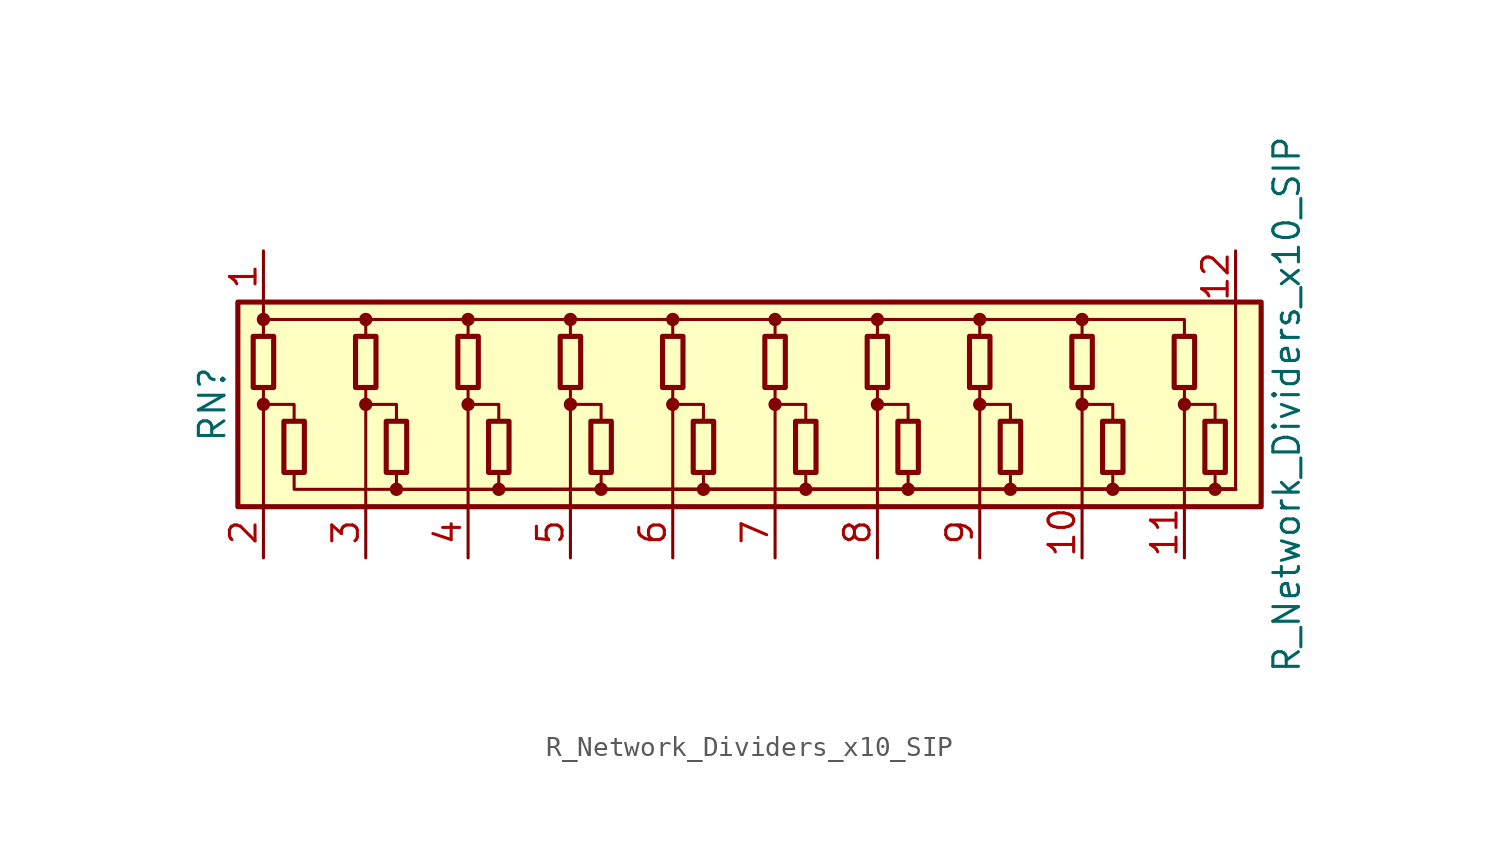
<source format=kicad_sym>
(kicad_symbol_lib
  (version 20241209)
  (generator "kicad_symbol_editor")
  (generator_version "9.0")
  (symbol "R_Network_Dividers_x10_SIP"
    (pin_names
      (offset 0)
      (hide yes))
    (property "Reference" "RN"
      (at -27.94 0 90)
      (effects (font (size 1.27 1.27))))
    (property "Value" "R_Network_Dividers_x10_SIP"
      (at 25.4 0 90)
      (effects (font (size 1.27 1.27))))
    (symbol "R_Network_Dividers_x10_SIP_0_1"
      (rectangle (start -26.67 -5.08) (end 24.13 5.08) (stroke (width 0.254) (type solid)) (fill (type background)))
      (rectangle (start -25.908 3.378) (end -24.892 0.838) (stroke (width 0.254) (type solid)) (fill (type none)))
      (polyline (pts (xy -25.4 5.08) (xy -25.4 3.378)) (stroke (width 0) (type solid)) (fill (type none)))
      (circle (center -25.4 4.216) (radius 0.254) (stroke (width 0) (type solid)) (fill (type outline)))
      (polyline (pts (xy -25.4 4.216) (xy -20.32 4.216) (xy -20.32 3.378)) (stroke (width 0) (type solid)) (fill (type none)))
      (circle (center -25.4 0) (radius 0.254) (stroke (width 0) (type solid)) (fill (type outline)))
      (polyline (pts (xy -25.4 0) (xy -23.876 0) (xy -23.876 -0.838)) (stroke (width 0) (type solid)) (fill (type none)))
      (polyline (pts (xy -25.4 -5.08) (xy -25.4 0.838)) (stroke (width 0) (type solid)) (fill (type none)))
      (rectangle (start -24.384 -3.378) (end -23.368 -0.838) (stroke (width 0.254) (type solid)) (fill (type none)))
      (polyline (pts (xy -23.876 -3.378) (xy -23.876 -4.216) (xy 22.86 -4.216)) (stroke (width 0) (type solid)) (fill (type none)))
      (rectangle (start -20.828 3.378) (end -19.812 0.838) (stroke (width 0.254) (type solid)) (fill (type none)))
      (circle (center -20.32 4.216) (radius 0.254) (stroke (width 0) (type solid)) (fill (type outline)))
      (polyline (pts (xy -20.32 4.216) (xy -15.24 4.216) (xy -15.24 3.378)) (stroke (width 0) (type solid)) (fill (type none)))
      (circle (center -20.32 0) (radius 0.254) (stroke (width 0) (type solid)) (fill (type outline)))
      (polyline (pts (xy -20.32 0) (xy -18.796 0) (xy -18.796 -0.838)) (stroke (width 0) (type solid)) (fill (type none)))
      (polyline (pts (xy -20.32 -5.08) (xy -20.32 0.838)) (stroke (width 0) (type solid)) (fill (type none)))
      (rectangle (start -19.304 -3.378) (end -18.288 -0.838) (stroke (width 0.254) (type solid)) (fill (type none)))
      (polyline (pts (xy -18.796 -3.378) (xy -18.796 -4.216) (xy 22.86 -4.216)) (stroke (width 0) (type solid)) (fill (type none)))
      (circle (center -18.796 -4.216) (radius 0.254) (stroke (width 0) (type solid)) (fill (type outline)))
      (rectangle (start -15.748 3.378) (end -14.732 0.838) (stroke (width 0.254) (type solid)) (fill (type none)))
      (circle (center -15.24 4.216) (radius 0.254) (stroke (width 0) (type solid)) (fill (type outline)))
      (polyline (pts (xy -15.24 4.216) (xy -10.16 4.216) (xy -10.16 3.378)) (stroke (width 0) (type solid)) (fill (type none)))
      (circle (center -15.24 0) (radius 0.254) (stroke (width 0) (type solid)) (fill (type outline)))
      (polyline (pts (xy -15.24 0) (xy -13.716 0) (xy -13.716 -0.838)) (stroke (width 0) (type solid)) (fill (type none)))
      (polyline (pts (xy -15.24 -5.08) (xy -15.24 0.838)) (stroke (width 0) (type solid)) (fill (type none)))
      (rectangle (start -14.224 -3.378) (end -13.208 -0.838) (stroke (width 0.254) (type solid)) (fill (type none)))
      (polyline (pts (xy -13.716 -3.378) (xy -13.716 -4.216) (xy 22.86 -4.216)) (stroke (width 0) (type solid)) (fill (type none)))
      (circle (center -13.716 -4.216) (radius 0.254) (stroke (width 0) (type solid)) (fill (type outline)))
      (rectangle (start -10.668 3.378) (end -9.652 0.838) (stroke (width 0.254) (type solid)) (fill (type none)))
      (circle (center -10.16 4.216) (radius 0.254) (stroke (width 0) (type solid)) (fill (type outline)))
      (polyline (pts (xy -10.16 4.216) (xy -5.08 4.216) (xy -5.08 3.378)) (stroke (width 0) (type solid)) (fill (type none)))
      (circle (center -10.16 0) (radius 0.254) (stroke (width 0) (type solid)) (fill (type outline)))
      (polyline (pts (xy -10.16 0) (xy -8.636 0) (xy -8.636 -0.838)) (stroke (width 0) (type solid)) (fill (type none)))
      (polyline (pts (xy -10.16 -5.08) (xy -10.16 0.838)) (stroke (width 0) (type solid)) (fill (type none)))
      (rectangle (start -9.144 -3.378) (end -8.128 -0.838) (stroke (width 0.254) (type solid)) (fill (type none)))
      (polyline (pts (xy -8.636 -3.378) (xy -8.636 -4.216) (xy 22.86 -4.216)) (stroke (width 0) (type solid)) (fill (type none)))
      (circle (center -8.636 -4.216) (radius 0.254) (stroke (width 0) (type solid)) (fill (type outline)))
      (rectangle (start -5.588 3.378) (end -4.572 0.838) (stroke (width 0.254) (type solid)) (fill (type none)))
      (circle (center -5.08 4.216) (radius 0.254) (stroke (width 0) (type solid)) (fill (type outline)))
      (polyline (pts (xy -5.08 4.216) (xy 0 4.216) (xy 0 3.378)) (stroke (width 0) (type solid)) (fill (type none)))
      (circle (center -5.08 0) (radius 0.254) (stroke (width 0) (type solid)) (fill (type outline)))
      (polyline (pts (xy -5.08 0) (xy -3.556 0) (xy -3.556 -0.838)) (stroke (width 0) (type solid)) (fill (type none)))
      (polyline (pts (xy -5.08 -5.08) (xy -5.08 0.838)) (stroke (width 0) (type solid)) (fill (type none)))
      (rectangle (start -4.064 -3.378) (end -3.048 -0.838) (stroke (width 0.254) (type solid)) (fill (type none)))
      (polyline (pts (xy -3.556 -3.378) (xy -3.556 -4.216) (xy 22.86 -4.216)) (stroke (width 0) (type solid)) (fill (type none)))
      (circle (center -3.556 -4.216) (radius 0.254) (stroke (width 0) (type solid)) (fill (type outline)))
      (rectangle (start -0.508 3.378) (end 0.508 0.838) (stroke (width 0.254) (type solid)) (fill (type none)))
      (circle (center 0 4.216) (radius 0.254) (stroke (width 0) (type solid)) (fill (type outline)))
      (polyline (pts (xy 0 4.216) (xy 5.08 4.216) (xy 5.08 3.378)) (stroke (width 0) (type solid)) (fill (type none)))
      (polyline (pts (xy 0 0) (xy 1.524 0) (xy 1.524 -0.838)) (stroke (width 0) (type solid)) (fill (type none)))
      (circle (center 0 0) (radius 0.254) (stroke (width 0) (type solid)) (fill (type outline)))
      (polyline (pts (xy 0 -5.08) (xy 0 0.838)) (stroke (width 0) (type solid)) (fill (type none)))
      (rectangle (start 1.016 -3.378) (end 2.032 -0.838) (stroke (width 0.254) (type solid)) (fill (type none)))
      (polyline (pts (xy 1.524 -3.378) (xy 1.524 -4.216) (xy 22.86 -4.216)) (stroke (width 0) (type solid)) (fill (type none)))
      (circle (center 1.524 -4.216) (radius 0.254) (stroke (width 0) (type solid)) (fill (type outline)))
      (rectangle (start 4.572 3.378) (end 5.588 0.838) (stroke (width 0.254) (type solid)) (fill (type none)))
      (polyline (pts (xy 5.08 4.216) (xy 10.16 4.216) (xy 10.16 3.378)) (stroke (width 0) (type solid)) (fill (type none)))
      (circle (center 5.08 4.216) (radius 0.254) (stroke (width 0) (type solid)) (fill (type outline)))
      (polyline (pts (xy 5.08 0) (xy 6.604 0) (xy 6.604 -0.838)) (stroke (width 0) (type solid)) (fill (type none)))
      (circle (center 5.08 0) (radius 0.254) (stroke (width 0) (type solid)) (fill (type outline)))
      (polyline (pts (xy 5.08 -5.08) (xy 5.08 0.838)) (stroke (width 0) (type solid)) (fill (type none)))
      (rectangle (start 6.096 -3.378) (end 7.112 -0.838) (stroke (width 0.254) (type solid)) (fill (type none)))
      (polyline (pts (xy 6.604 -3.378) (xy 6.604 -4.216) (xy 22.86 -4.216)) (stroke (width 0) (type solid)) (fill (type none)))
      (circle (center 6.604 -4.216) (radius 0.254) (stroke (width 0) (type solid)) (fill (type outline)))
      (rectangle (start 9.652 3.378) (end 10.668 0.838) (stroke (width 0.254) (type solid)) (fill (type none)))
      (polyline (pts (xy 10.16 4.216) (xy 15.24 4.216) (xy 15.24 3.378)) (stroke (width 0) (type solid)) (fill (type none)))
      (circle (center 10.16 4.216) (radius 0.254) (stroke (width 0) (type solid)) (fill (type outline)))
      (polyline (pts (xy 10.16 0) (xy 11.684 0) (xy 11.684 -0.838)) (stroke (width 0) (type solid)) (fill (type none)))
      (circle (center 10.16 0) (radius 0.254) (stroke (width 0) (type solid)) (fill (type outline)))
      (polyline (pts (xy 10.16 -5.08) (xy 10.16 0.838)) (stroke (width 0) (type solid)) (fill (type none)))
      (rectangle (start 11.176 -3.378) (end 12.192 -0.838) (stroke (width 0.254) (type solid)) (fill (type none)))
      (polyline (pts (xy 11.684 -3.378) (xy 11.684 -4.216) (xy 22.86 -4.216)) (stroke (width 0) (type solid)) (fill (type none)))
      (circle (center 11.684 -4.216) (radius 0.254) (stroke (width 0) (type solid)) (fill (type outline)))
      (rectangle (start 14.732 3.378) (end 15.748 0.838) (stroke (width 0.254) (type solid)) (fill (type none)))
      (polyline (pts (xy 15.24 4.216) (xy 20.32 4.216) (xy 20.32 3.378)) (stroke (width 0) (type solid)) (fill (type none)))
      (circle (center 15.24 4.216) (radius 0.254) (stroke (width 0) (type solid)) (fill (type outline)))
      (polyline (pts (xy 15.24 0) (xy 16.764 0) (xy 16.764 -0.838)) (stroke (width 0) (type solid)) (fill (type none)))
      (circle (center 15.24 0) (radius 0.254) (stroke (width 0) (type solid)) (fill (type outline)))
      (polyline (pts (xy 15.24 -5.08) (xy 15.24 0.838)) (stroke (width 0) (type solid)) (fill (type none)))
      (rectangle (start 16.256 -3.378) (end 17.272 -0.838) (stroke (width 0.254) (type solid)) (fill (type none)))
      (polyline (pts (xy 16.764 -3.378) (xy 16.764 -4.216) (xy 22.86 -4.216)) (stroke (width 0) (type solid)) (fill (type none)))
      (circle (center 16.764 -4.216) (radius 0.254) (stroke (width 0) (type solid)) (fill (type outline)))
      (rectangle (start 19.812 3.378) (end 20.828 0.838) (stroke (width 0.254) (type solid)) (fill (type none)))
      (polyline (pts (xy 20.32 0) (xy 21.844 0) (xy 21.844 -0.838)) (stroke (width 0) (type solid)) (fill (type none)))
      (circle (center 20.32 0) (radius 0.254) (stroke (width 0) (type solid)) (fill (type outline)))
      (polyline (pts (xy 20.32 -5.08) (xy 20.32 0.838)) (stroke (width 0) (type solid)) (fill (type none)))
      (rectangle (start 21.336 -3.378) (end 22.352 -0.838) (stroke (width 0.254) (type solid)) (fill (type none)))
      (polyline (pts (xy 21.844 -3.378) (xy 21.844 -4.216) (xy 22.86 -4.216)) (stroke (width 0) (type solid)) (fill (type none)))
      (circle (center 21.844 -4.216) (radius 0.254) (stroke (width 0) (type solid)) (fill (type outline)))
      (polyline (pts (xy 22.86 -4.216) (xy 22.86 5.08)) (stroke (width 0) (type solid)) (fill (type none))))
    (symbol "R_Network_Dividers_x10_SIP_1_1"
      (pin passive line (at -25.4 7.62 270) (length 2.54) (name "COM1" (effects (font (size 1.27 1.27)))) (number "1" (effects (font (size 1.27 1.27)))))
      (pin passive line (at -25.4 -7.62 90) (length 2.54) (name "R1" (effects (font (size 1.27 1.27)))) (number "2" (effects (font (size 1.27 1.27)))))
      (pin passive line (at -20.32 -7.62 90) (length 2.54) (name "R2" (effects (font (size 1.27 1.27)))) (number "3" (effects (font (size 1.27 1.27)))))
      (pin passive line (at -15.24 -7.62 90) (length 2.54) (name "R3" (effects (font (size 1.27 1.27)))) (number "4" (effects (font (size 1.27 1.27)))))
      (pin passive line (at -10.16 -7.62 90) (length 2.54) (name "R4" (effects (font (size 1.27 1.27)))) (number "5" (effects (font (size 1.27 1.27)))))
      (pin passive line (at -5.08 -7.62 90) (length 2.54) (name "R5" (effects (font (size 1.27 1.27)))) (number "6" (effects (font (size 1.27 1.27)))))
      (pin passive line (at 0 -7.62 90) (length 2.54) (name "R6" (effects (font (size 1.27 1.27)))) (number "7" (effects (font (size 1.27 1.27)))))
      (pin passive line (at 5.08 -7.62 90) (length 2.54) (name "R7" (effects (font (size 1.27 1.27)))) (number "8" (effects (font (size 1.27 1.27)))))
      (pin passive line (at 10.16 -7.62 90) (length 2.54) (name "R8" (effects (font (size 1.27 1.27)))) (number "9" (effects (font (size 1.27 1.27)))))
      (pin passive line (at 15.24 -7.62 90) (length 2.54) (name "R9" (effects (font (size 1.27 1.27)))) (number "10" (effects (font (size 1.27 1.27)))))
      (pin passive line (at 20.32 -7.62 90) (length 2.54) (name "R10" (effects (font (size 1.27 1.27)))) (number "11" (effects (font (size 1.27 1.27)))))
      (pin passive line (at 22.86 7.62 270) (length 2.54) (name "COM2" (effects (font (size 1.27 1.27)))) (number "12" (effects (font (size 1.27 1.27))))))))
</source>
